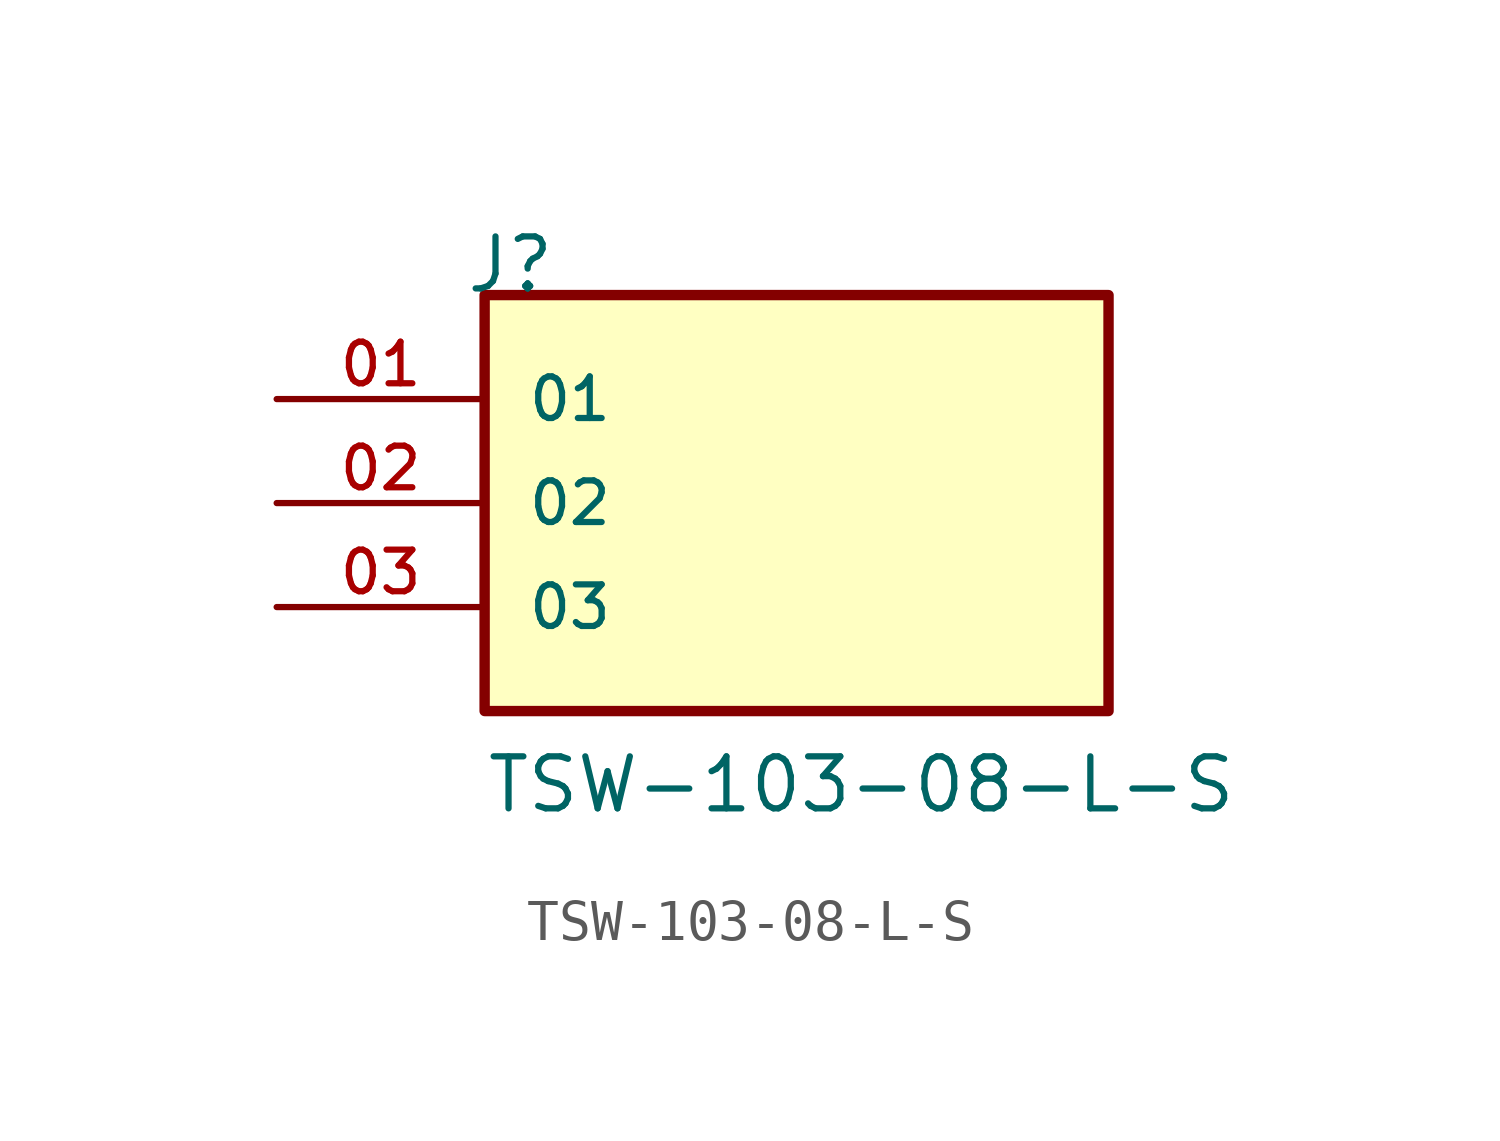
<source format=kicad_sym>
(kicad_symbol_lib
  (version 20211014)
  (generator kicad_symbol_editor)
  (symbol "TSW-103-08-L-S"
    (pin_names
      (offset 1.016))
    (property "Reference" "J"
      (at -8.12 5.08 0)
      (effects (font (size 1.27 1.27)) (justify bottom left)))
    (property "Value" "TSW-103-08-L-S"
      (at -7.62 -7.62 0)
      (effects (font (size 1.27 1.27)) (justify bottom left)))
    (symbol "TSW-103-08-L-S_0_0"
      (rectangle (start -7.62 -5.08) (end 7.62 5.08) (stroke (width 0.254)) (fill (type background)))
      (pin passive line (at -12.7 2.54 0) (length 5.08) (name "01" (effects (font (size 1.016 1.016)))) (number "01" (effects (font (size 1.016 1.016)))))
      (pin passive line (at -12.7 0.0 0) (length 5.08) (name "02" (effects (font (size 1.016 1.016)))) (number "02" (effects (font (size 1.016 1.016)))))
      (pin passive line (at -12.7 -2.54 0) (length 5.08) (name "03" (effects (font (size 1.016 1.016)))) (number "03" (effects (font (size 1.016 1.016))))))))
</source>
